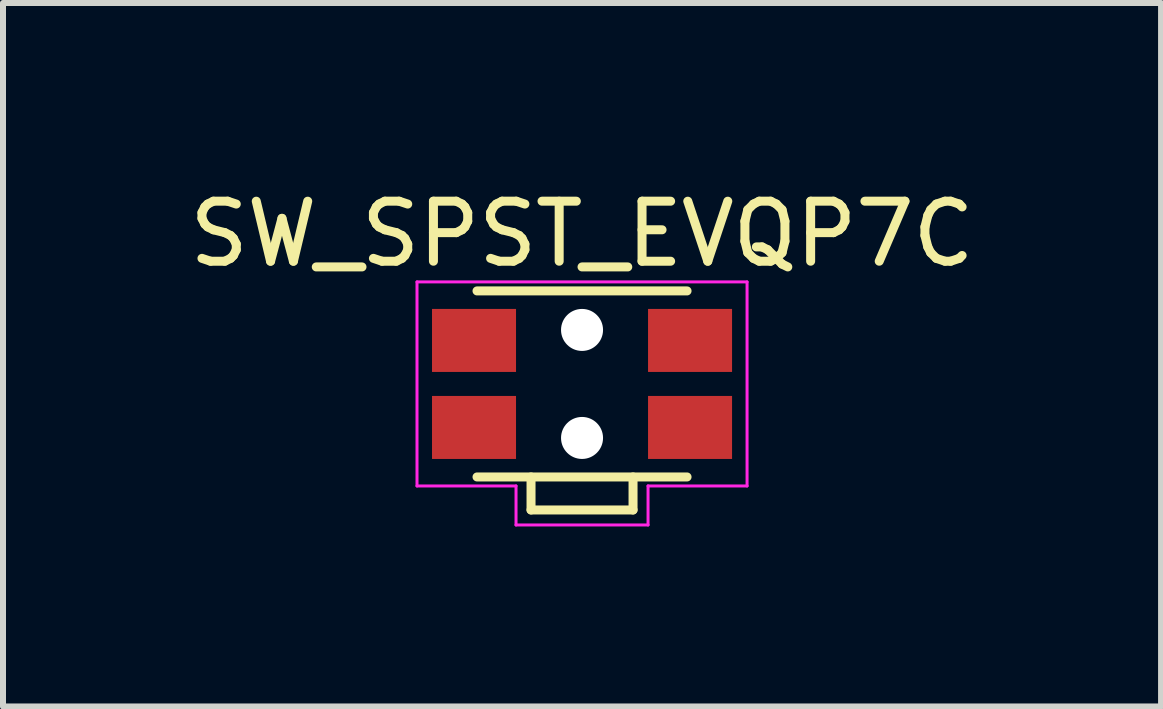
<source format=kicad_pcb>
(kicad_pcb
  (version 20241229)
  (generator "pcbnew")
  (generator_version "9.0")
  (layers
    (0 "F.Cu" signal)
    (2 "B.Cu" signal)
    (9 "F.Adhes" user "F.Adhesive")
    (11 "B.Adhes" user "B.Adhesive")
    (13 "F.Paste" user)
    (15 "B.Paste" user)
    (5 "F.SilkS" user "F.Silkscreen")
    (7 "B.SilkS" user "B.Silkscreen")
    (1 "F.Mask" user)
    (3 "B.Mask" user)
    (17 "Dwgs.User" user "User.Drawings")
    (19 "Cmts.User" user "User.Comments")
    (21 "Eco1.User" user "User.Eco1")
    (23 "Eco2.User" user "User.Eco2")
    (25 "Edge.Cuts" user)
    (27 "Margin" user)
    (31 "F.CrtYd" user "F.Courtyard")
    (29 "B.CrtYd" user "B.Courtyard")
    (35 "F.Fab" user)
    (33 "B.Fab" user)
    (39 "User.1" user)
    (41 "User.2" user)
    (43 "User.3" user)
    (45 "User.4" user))
  (footprint "SW_SPST_EVQP7C"
    (layer "F.Cu")
    (at 6.649 3.348)
    (property "Reference" "SW_SPST_EVQP7C" (at 0 -2.5 0) (layer "F.SilkS") (effects (font (size 1 1) (thickness 0.15))))
    (attr smd)
    (fp_line (start -1.75 -1.55) (end 1.75 -1.55) (stroke (width 0.15) (type solid)) (layer "F.SilkS"))
    (fp_line (start -0.85 2.1) (end -0.85 1.55) (stroke (width 0.15) (type solid)) (layer "F.SilkS"))
    (fp_line (start 0.85 1.55) (end 0.85 2.1) (stroke (width 0.15) (type solid)) (layer "F.SilkS"))
    (fp_line (start 0.85 2.1) (end -0.85 2.1) (stroke (width 0.15) (type solid)) (layer "F.SilkS"))
    (fp_line (start 1.75 1.55) (end -1.75 1.55) (stroke (width 0.15) (type solid)) (layer "F.SilkS"))
    (fp_line (start -2.75 -1.7) (end 2.75 -1.7) (stroke (width 0.05) (type solid)) (layer "F.CrtYd"))
    (fp_line (start -2.75 1.7) (end -2.75 -1.7) (stroke (width 0.05) (type solid)) (layer "F.CrtYd"))
    (fp_line (start -1.1 1.7) (end -2.75 1.7) (stroke (width 0.05) (type solid)) (layer "F.CrtYd"))
    (fp_line (start -1.1 2.35) (end -1.1 1.7) (stroke (width 0.05) (type solid)) (layer "F.CrtYd"))
    (fp_line (start 1.1 1.7) (end 1.1 2.35) (stroke (width 0.05) (type solid)) (layer "F.CrtYd"))
    (fp_line (start 1.1 2.35) (end -1.1 2.35) (stroke (width 0.05) (type solid)) (layer "F.CrtYd"))
    (fp_line (start 2.75 -1.7) (end 2.75 1.7) (stroke (width 0.05) (type solid)) (layer "F.CrtYd"))
    (fp_line (start 2.75 1.7) (end 1.1 1.7) (stroke (width 0.05) (type solid)) (layer "F.CrtYd"))
    (pad "" np_thru_hole circle (at 0 -0.9) (size 0.7 0.7) (drill 0.7) (layers "*.Cu" "*.Mask"))
    (pad "" np_thru_hole circle (at 0 0.9) (size 0.7 0.7) (drill 0.7) (layers "*.Cu" "*.Mask"))
    (pad "1" smd rect (at -1.8 -0.725) (size 1.4 1.05) (layers "F.Cu" "F.Mask" "F.Paste"))
    (pad "2" smd rect (at 1.8 0.725) (size 1.4 1.05) (layers "F.Cu" "F.Mask" "F.Paste"))
    (pad "3" smd rect (at -1.8 0.725) (size 1.4 1.05) (layers "F.Cu" "F.Mask" "F.Paste"))
    (pad "4" smd rect (at 1.8 -0.725) (size 1.4 1.05) (layers "F.Cu" "F.Mask" "F.Paste")))
  (gr_rect
    (start -3 -3)
    (end 16.298 8.723)
    (stroke (width 0.1) (type default))
    (fill no)
    (layer "Edge.Cuts")))
</source>
